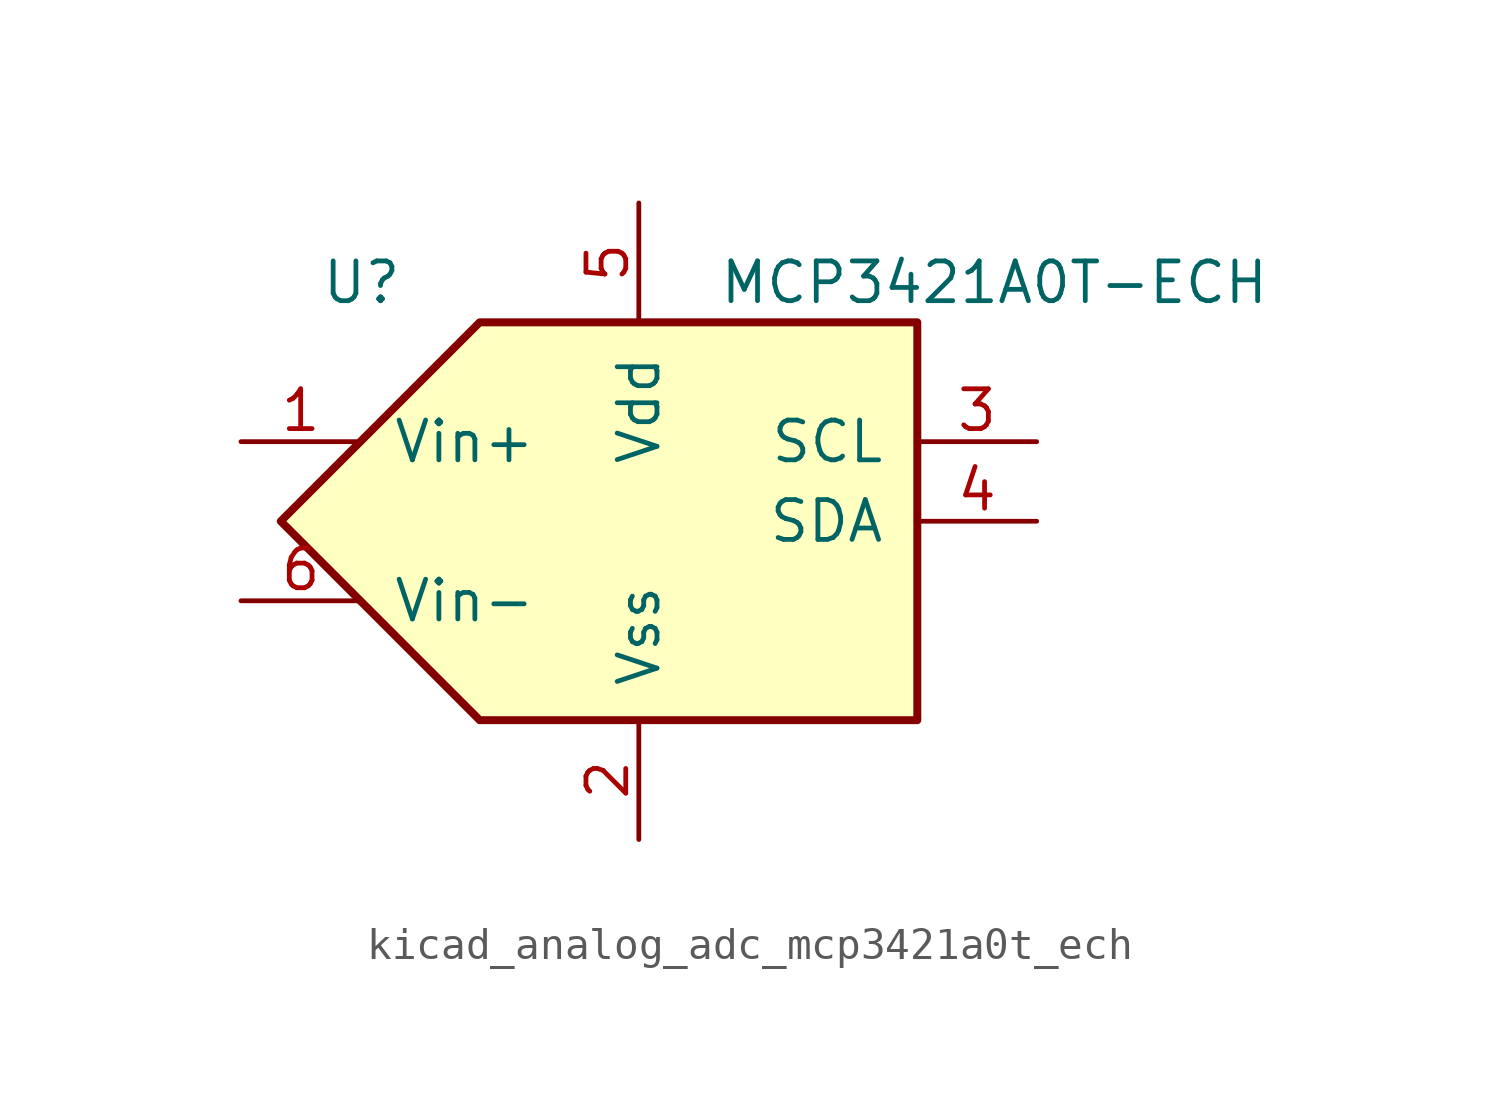
<source format=kicad_sym>
(kicad_symbol_lib
  (version 20220914)
  (generator kicad_symbol_editor)
  (symbol "kicad_analog_adc_mcp3421a0t_ech"
    (pin_names
      (offset 1.016))
    (property "Reference" "U"
      (at -10.16 7.62 0)
      (effects (font (size 1.27 1.27)) (justify left)))
    (property "Value" "MCP3421A0T-ECH"
      (at 2.54 7.62 0)
      (effects (font (size 1.27 1.27)) (justify left)))
    (symbol "kicad_analog_adc_mcp3421a0t_ech_0_1"
      (polyline (pts (xy -5.08 6.35) (xy 8.89 6.35) (xy 8.89 0) (xy 8.89 -6.35) (xy -5.08 -6.35) (xy -11.43 0) (xy -5.08 6.35)) (stroke (width 0.254) (type default)) (fill (type background))))
    (symbol "kicad_analog_adc_mcp3421a0t_ech_1_1"
      (pin passive line (at -12.7 2.54 0) (length 3.81) (name "Vin+" (effects (font (size 1.27 1.27)))) (number "1" (effects (font (size 1.27 1.27)))))
      (pin power_in line (at 0 -10.16 90) (length 3.81) (name "Vss" (effects (font (size 1.27 1.27)))) (number "2" (effects (font (size 1.27 1.27)))))
      (pin input line (at 12.7 2.54 180) (length 3.81) (name "SCL" (effects (font (size 1.27 1.27)))) (number "3" (effects (font (size 1.27 1.27)))))
      (pin bidirectional line (at 12.7 0 180) (length 3.81) (name "SDA" (effects (font (size 1.27 1.27)))) (number "4" (effects (font (size 1.27 1.27)))))
      (pin power_in line (at 0 10.16 270) (length 3.81) (name "Vdd" (effects (font (size 1.27 1.27)))) (number "5" (effects (font (size 1.27 1.27)))))
      (pin passive line (at -12.7 -2.54 0) (length 3.81) (name "Vin-" (effects (font (size 1.27 1.27)))) (number "6" (effects (font (size 1.27 1.27))))))))
</source>
